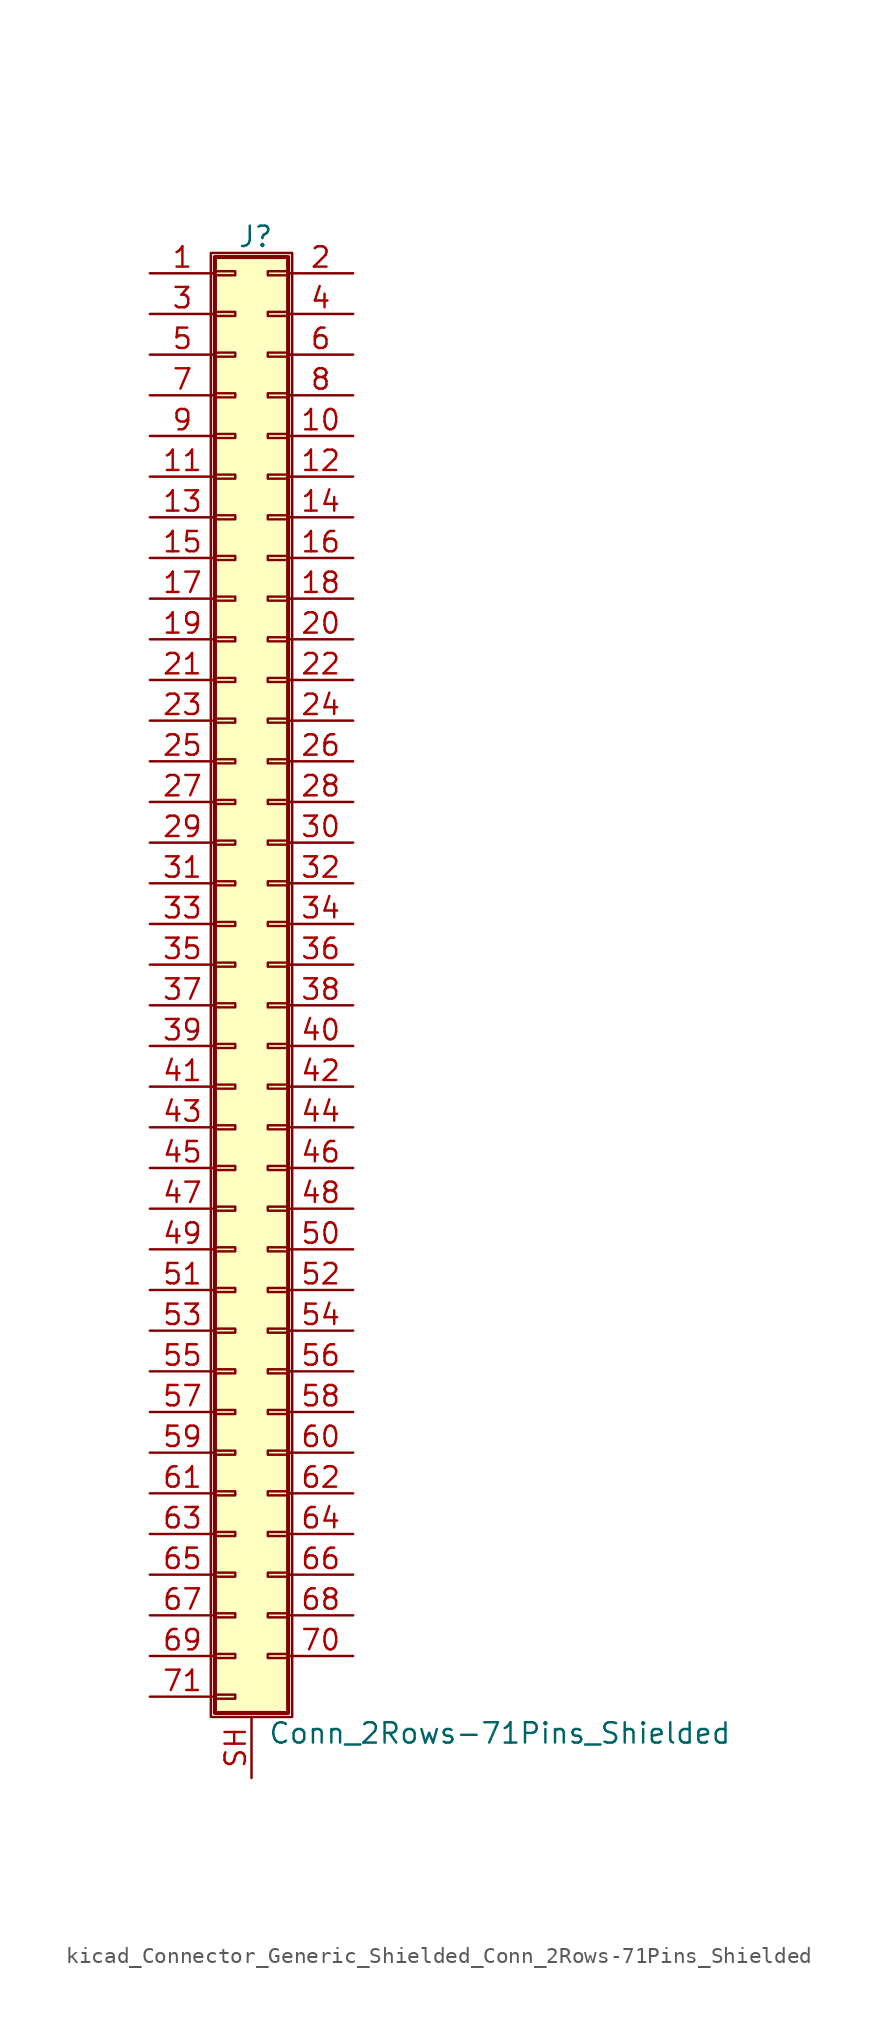
<source format=kicad_sym>
(kicad_symbol_lib
  (version 20220914)
  (generator kicad_symbol_editor)
  (symbol "kicad_Connector_Generic_Shielded_Conn_2Rows-71Pins_Shielded"
    (pin_names
      (offset 1.016) hide)
    (property "Reference" "J"
      (at 1.524 45.466 0)
      (effects (font (size 1.27 1.27))))
    (property "Value" "Conn_2Rows-71Pins_Shielded"
      (at 2.286 -48.006 0)
      (effects (font (size 1.27 1.27)) (justify left)))
    (symbol "kicad_Connector_Generic_Shielded_Conn_2Rows-71Pins_Shielded_1_1"
      (rectangle (start -1.27 44.45) (end 3.81 -46.99) (stroke (width 0.152) (type default)) (fill (type none)))
      (rectangle (start -1.016 -45.593) (end 0.254 -45.847) (stroke (width 0.152) (type default)) (fill (type none)))
      (rectangle (start -1.016 -43.053) (end 0.254 -43.307) (stroke (width 0.152) (type default)) (fill (type none)))
      (rectangle (start -1.016 -40.513) (end 0.254 -40.767) (stroke (width 0.152) (type default)) (fill (type none)))
      (rectangle (start -1.016 -37.973) (end 0.254 -38.227) (stroke (width 0.152) (type default)) (fill (type none)))
      (rectangle (start -1.016 -35.433) (end 0.254 -35.687) (stroke (width 0.152) (type default)) (fill (type none)))
      (rectangle (start -1.016 -32.893) (end 0.254 -33.147) (stroke (width 0.152) (type default)) (fill (type none)))
      (rectangle (start -1.016 -30.353) (end 0.254 -30.607) (stroke (width 0.152) (type default)) (fill (type none)))
      (rectangle (start -1.016 -27.813) (end 0.254 -28.067) (stroke (width 0.152) (type default)) (fill (type none)))
      (rectangle (start -1.016 -25.273) (end 0.254 -25.527) (stroke (width 0.152) (type default)) (fill (type none)))
      (rectangle (start -1.016 -22.733) (end 0.254 -22.987) (stroke (width 0.152) (type default)) (fill (type none)))
      (rectangle (start -1.016 -20.193) (end 0.254 -20.447) (stroke (width 0.152) (type default)) (fill (type none)))
      (rectangle (start -1.016 -17.653) (end 0.254 -17.907) (stroke (width 0.152) (type default)) (fill (type none)))
      (rectangle (start -1.016 -15.113) (end 0.254 -15.367) (stroke (width 0.152) (type default)) (fill (type none)))
      (rectangle (start -1.016 -12.573) (end 0.254 -12.827) (stroke (width 0.152) (type default)) (fill (type none)))
      (rectangle (start -1.016 -10.033) (end 0.254 -10.287) (stroke (width 0.152) (type default)) (fill (type none)))
      (rectangle (start -1.016 -7.493) (end 0.254 -7.747) (stroke (width 0.152) (type default)) (fill (type none)))
      (rectangle (start -1.016 -4.953) (end 0.254 -5.207) (stroke (width 0.152) (type default)) (fill (type none)))
      (rectangle (start -1.016 -2.413) (end 0.254 -2.667) (stroke (width 0.152) (type default)) (fill (type none)))
      (rectangle (start -1.016 0.127) (end 0.254 -0.127) (stroke (width 0.152) (type default)) (fill (type none)))
      (rectangle (start -1.016 2.667) (end 0.254 2.413) (stroke (width 0.152) (type default)) (fill (type none)))
      (rectangle (start -1.016 5.207) (end 0.254 4.953) (stroke (width 0.152) (type default)) (fill (type none)))
      (rectangle (start -1.016 7.747) (end 0.254 7.493) (stroke (width 0.152) (type default)) (fill (type none)))
      (rectangle (start -1.016 10.287) (end 0.254 10.033) (stroke (width 0.152) (type default)) (fill (type none)))
      (rectangle (start -1.016 12.827) (end 0.254 12.573) (stroke (width 0.152) (type default)) (fill (type none)))
      (rectangle (start -1.016 15.367) (end 0.254 15.113) (stroke (width 0.152) (type default)) (fill (type none)))
      (rectangle (start -1.016 17.907) (end 0.254 17.653) (stroke (width 0.152) (type default)) (fill (type none)))
      (rectangle (start -1.016 20.447) (end 0.254 20.193) (stroke (width 0.152) (type default)) (fill (type none)))
      (rectangle (start -1.016 22.987) (end 0.254 22.733) (stroke (width 0.152) (type default)) (fill (type none)))
      (rectangle (start -1.016 25.527) (end 0.254 25.273) (stroke (width 0.152) (type default)) (fill (type none)))
      (rectangle (start -1.016 28.067) (end 0.254 27.813) (stroke (width 0.152) (type default)) (fill (type none)))
      (rectangle (start -1.016 30.607) (end 0.254 30.353) (stroke (width 0.152) (type default)) (fill (type none)))
      (rectangle (start -1.016 33.147) (end 0.254 32.893) (stroke (width 0.152) (type default)) (fill (type none)))
      (rectangle (start -1.016 35.687) (end 0.254 35.433) (stroke (width 0.152) (type default)) (fill (type none)))
      (rectangle (start -1.016 38.227) (end 0.254 37.973) (stroke (width 0.152) (type default)) (fill (type none)))
      (rectangle (start -1.016 40.767) (end 0.254 40.513) (stroke (width 0.152) (type default)) (fill (type none)))
      (rectangle (start -1.016 43.307) (end 0.254 43.053) (stroke (width 0.152) (type default)) (fill (type none)))
      (rectangle (start -1.016 44.196) (end 3.556 -46.736) (stroke (width 0.254) (type default)) (fill (type background)))
      (rectangle (start 3.556 -43.053) (end 2.286 -43.307) (stroke (width 0.152) (type default)) (fill (type none)))
      (rectangle (start 3.556 -40.513) (end 2.286 -40.767) (stroke (width 0.152) (type default)) (fill (type none)))
      (rectangle (start 3.556 -37.973) (end 2.286 -38.227) (stroke (width 0.152) (type default)) (fill (type none)))
      (rectangle (start 3.556 -35.433) (end 2.286 -35.687) (stroke (width 0.152) (type default)) (fill (type none)))
      (rectangle (start 3.556 -32.893) (end 2.286 -33.147) (stroke (width 0.152) (type default)) (fill (type none)))
      (rectangle (start 3.556 -30.353) (end 2.286 -30.607) (stroke (width 0.152) (type default)) (fill (type none)))
      (rectangle (start 3.556 -27.813) (end 2.286 -28.067) (stroke (width 0.152) (type default)) (fill (type none)))
      (rectangle (start 3.556 -25.273) (end 2.286 -25.527) (stroke (width 0.152) (type default)) (fill (type none)))
      (rectangle (start 3.556 -22.733) (end 2.286 -22.987) (stroke (width 0.152) (type default)) (fill (type none)))
      (rectangle (start 3.556 -20.193) (end 2.286 -20.447) (stroke (width 0.152) (type default)) (fill (type none)))
      (rectangle (start 3.556 -17.653) (end 2.286 -17.907) (stroke (width 0.152) (type default)) (fill (type none)))
      (rectangle (start 3.556 -15.113) (end 2.286 -15.367) (stroke (width 0.152) (type default)) (fill (type none)))
      (rectangle (start 3.556 -12.573) (end 2.286 -12.827) (stroke (width 0.152) (type default)) (fill (type none)))
      (rectangle (start 3.556 -10.033) (end 2.286 -10.287) (stroke (width 0.152) (type default)) (fill (type none)))
      (rectangle (start 3.556 -7.493) (end 2.286 -7.747) (stroke (width 0.152) (type default)) (fill (type none)))
      (rectangle (start 3.556 -4.953) (end 2.286 -5.207) (stroke (width 0.152) (type default)) (fill (type none)))
      (rectangle (start 3.556 -2.413) (end 2.286 -2.667) (stroke (width 0.152) (type default)) (fill (type none)))
      (rectangle (start 3.556 0.127) (end 2.286 -0.127) (stroke (width 0.152) (type default)) (fill (type none)))
      (rectangle (start 3.556 2.667) (end 2.286 2.413) (stroke (width 0.152) (type default)) (fill (type none)))
      (rectangle (start 3.556 5.207) (end 2.286 4.953) (stroke (width 0.152) (type default)) (fill (type none)))
      (rectangle (start 3.556 7.747) (end 2.286 7.493) (stroke (width 0.152) (type default)) (fill (type none)))
      (rectangle (start 3.556 10.287) (end 2.286 10.033) (stroke (width 0.152) (type default)) (fill (type none)))
      (rectangle (start 3.556 12.827) (end 2.286 12.573) (stroke (width 0.152) (type default)) (fill (type none)))
      (rectangle (start 3.556 15.367) (end 2.286 15.113) (stroke (width 0.152) (type default)) (fill (type none)))
      (rectangle (start 3.556 17.907) (end 2.286 17.653) (stroke (width 0.152) (type default)) (fill (type none)))
      (rectangle (start 3.556 20.447) (end 2.286 20.193) (stroke (width 0.152) (type default)) (fill (type none)))
      (rectangle (start 3.556 22.987) (end 2.286 22.733) (stroke (width 0.152) (type default)) (fill (type none)))
      (rectangle (start 3.556 25.527) (end 2.286 25.273) (stroke (width 0.152) (type default)) (fill (type none)))
      (rectangle (start 3.556 28.067) (end 2.286 27.813) (stroke (width 0.152) (type default)) (fill (type none)))
      (rectangle (start 3.556 30.607) (end 2.286 30.353) (stroke (width 0.152) (type default)) (fill (type none)))
      (rectangle (start 3.556 33.147) (end 2.286 32.893) (stroke (width 0.152) (type default)) (fill (type none)))
      (rectangle (start 3.556 35.687) (end 2.286 35.433) (stroke (width 0.152) (type default)) (fill (type none)))
      (rectangle (start 3.556 38.227) (end 2.286 37.973) (stroke (width 0.152) (type default)) (fill (type none)))
      (rectangle (start 3.556 40.767) (end 2.286 40.513) (stroke (width 0.152) (type default)) (fill (type none)))
      (rectangle (start 3.556 43.307) (end 2.286 43.053) (stroke (width 0.152) (type default)) (fill (type none)))
      (pin passive line (at -5.08 43.18 0) (length 4.064) (name "Pin_1" (effects (font (size 1.27 1.27)))) (number "1" (effects (font (size 1.27 1.27)))))
      (pin passive line (at 7.62 33.02 180) (length 4.064) (name "Pin_10" (effects (font (size 1.27 1.27)))) (number "10" (effects (font (size 1.27 1.27)))))
      (pin passive line (at -5.08 30.48 0) (length 4.064) (name "Pin_11" (effects (font (size 1.27 1.27)))) (number "11" (effects (font (size 1.27 1.27)))))
      (pin passive line (at 7.62 30.48 180) (length 4.064) (name "Pin_12" (effects (font (size 1.27 1.27)))) (number "12" (effects (font (size 1.27 1.27)))))
      (pin passive line (at -5.08 27.94 0) (length 4.064) (name "Pin_13" (effects (font (size 1.27 1.27)))) (number "13" (effects (font (size 1.27 1.27)))))
      (pin passive line (at 7.62 27.94 180) (length 4.064) (name "Pin_14" (effects (font (size 1.27 1.27)))) (number "14" (effects (font (size 1.27 1.27)))))
      (pin passive line (at -5.08 25.4 0) (length 4.064) (name "Pin_15" (effects (font (size 1.27 1.27)))) (number "15" (effects (font (size 1.27 1.27)))))
      (pin passive line (at 7.62 25.4 180) (length 4.064) (name "Pin_16" (effects (font (size 1.27 1.27)))) (number "16" (effects (font (size 1.27 1.27)))))
      (pin passive line (at -5.08 22.86 0) (length 4.064) (name "Pin_17" (effects (font (size 1.27 1.27)))) (number "17" (effects (font (size 1.27 1.27)))))
      (pin passive line (at 7.62 22.86 180) (length 4.064) (name "Pin_18" (effects (font (size 1.27 1.27)))) (number "18" (effects (font (size 1.27 1.27)))))
      (pin passive line (at -5.08 20.32 0) (length 4.064) (name "Pin_19" (effects (font (size 1.27 1.27)))) (number "19" (effects (font (size 1.27 1.27)))))
      (pin passive line (at 7.62 43.18 180) (length 4.064) (name "Pin_2" (effects (font (size 1.27 1.27)))) (number "2" (effects (font (size 1.27 1.27)))))
      (pin passive line (at 7.62 20.32 180) (length 4.064) (name "Pin_20" (effects (font (size 1.27 1.27)))) (number "20" (effects (font (size 1.27 1.27)))))
      (pin passive line (at -5.08 17.78 0) (length 4.064) (name "Pin_21" (effects (font (size 1.27 1.27)))) (number "21" (effects (font (size 1.27 1.27)))))
      (pin passive line (at 7.62 17.78 180) (length 4.064) (name "Pin_22" (effects (font (size 1.27 1.27)))) (number "22" (effects (font (size 1.27 1.27)))))
      (pin passive line (at -5.08 15.24 0) (length 4.064) (name "Pin_23" (effects (font (size 1.27 1.27)))) (number "23" (effects (font (size 1.27 1.27)))))
      (pin passive line (at 7.62 15.24 180) (length 4.064) (name "Pin_24" (effects (font (size 1.27 1.27)))) (number "24" (effects (font (size 1.27 1.27)))))
      (pin passive line (at -5.08 12.7 0) (length 4.064) (name "Pin_25" (effects (font (size 1.27 1.27)))) (number "25" (effects (font (size 1.27 1.27)))))
      (pin passive line (at 7.62 12.7 180) (length 4.064) (name "Pin_26" (effects (font (size 1.27 1.27)))) (number "26" (effects (font (size 1.27 1.27)))))
      (pin passive line (at -5.08 10.16 0) (length 4.064) (name "Pin_27" (effects (font (size 1.27 1.27)))) (number "27" (effects (font (size 1.27 1.27)))))
      (pin passive line (at 7.62 10.16 180) (length 4.064) (name "Pin_28" (effects (font (size 1.27 1.27)))) (number "28" (effects (font (size 1.27 1.27)))))
      (pin passive line (at -5.08 7.62 0) (length 4.064) (name "Pin_29" (effects (font (size 1.27 1.27)))) (number "29" (effects (font (size 1.27 1.27)))))
      (pin passive line (at -5.08 40.64 0) (length 4.064) (name "Pin_3" (effects (font (size 1.27 1.27)))) (number "3" (effects (font (size 1.27 1.27)))))
      (pin passive line (at 7.62 7.62 180) (length 4.064) (name "Pin_30" (effects (font (size 1.27 1.27)))) (number "30" (effects (font (size 1.27 1.27)))))
      (pin passive line (at -5.08 5.08 0) (length 4.064) (name "Pin_31" (effects (font (size 1.27 1.27)))) (number "31" (effects (font (size 1.27 1.27)))))
      (pin passive line (at 7.62 5.08 180) (length 4.064) (name "Pin_32" (effects (font (size 1.27 1.27)))) (number "32" (effects (font (size 1.27 1.27)))))
      (pin passive line (at -5.08 2.54 0) (length 4.064) (name "Pin_33" (effects (font (size 1.27 1.27)))) (number "33" (effects (font (size 1.27 1.27)))))
      (pin passive line (at 7.62 2.54 180) (length 4.064) (name "Pin_34" (effects (font (size 1.27 1.27)))) (number "34" (effects (font (size 1.27 1.27)))))
      (pin passive line (at -5.08 0 0) (length 4.064) (name "Pin_35" (effects (font (size 1.27 1.27)))) (number "35" (effects (font (size 1.27 1.27)))))
      (pin passive line (at 7.62 0 180) (length 4.064) (name "Pin_36" (effects (font (size 1.27 1.27)))) (number "36" (effects (font (size 1.27 1.27)))))
      (pin passive line (at -5.08 -2.54 0) (length 4.064) (name "Pin_37" (effects (font (size 1.27 1.27)))) (number "37" (effects (font (size 1.27 1.27)))))
      (pin passive line (at 7.62 -2.54 180) (length 4.064) (name "Pin_38" (effects (font (size 1.27 1.27)))) (number "38" (effects (font (size 1.27 1.27)))))
      (pin passive line (at -5.08 -5.08 0) (length 4.064) (name "Pin_39" (effects (font (size 1.27 1.27)))) (number "39" (effects (font (size 1.27 1.27)))))
      (pin passive line (at 7.62 40.64 180) (length 4.064) (name "Pin_4" (effects (font (size 1.27 1.27)))) (number "4" (effects (font (size 1.27 1.27)))))
      (pin passive line (at 7.62 -5.08 180) (length 4.064) (name "Pin_40" (effects (font (size 1.27 1.27)))) (number "40" (effects (font (size 1.27 1.27)))))
      (pin passive line (at -5.08 -7.62 0) (length 4.064) (name "Pin_41" (effects (font (size 1.27 1.27)))) (number "41" (effects (font (size 1.27 1.27)))))
      (pin passive line (at 7.62 -7.62 180) (length 4.064) (name "Pin_42" (effects (font (size 1.27 1.27)))) (number "42" (effects (font (size 1.27 1.27)))))
      (pin passive line (at -5.08 -10.16 0) (length 4.064) (name "Pin_43" (effects (font (size 1.27 1.27)))) (number "43" (effects (font (size 1.27 1.27)))))
      (pin passive line (at 7.62 -10.16 180) (length 4.064) (name "Pin_44" (effects (font (size 1.27 1.27)))) (number "44" (effects (font (size 1.27 1.27)))))
      (pin passive line (at -5.08 -12.7 0) (length 4.064) (name "Pin_45" (effects (font (size 1.27 1.27)))) (number "45" (effects (font (size 1.27 1.27)))))
      (pin passive line (at 7.62 -12.7 180) (length 4.064) (name "Pin_46" (effects (font (size 1.27 1.27)))) (number "46" (effects (font (size 1.27 1.27)))))
      (pin passive line (at -5.08 -15.24 0) (length 4.064) (name "Pin_47" (effects (font (size 1.27 1.27)))) (number "47" (effects (font (size 1.27 1.27)))))
      (pin passive line (at 7.62 -15.24 180) (length 4.064) (name "Pin_48" (effects (font (size 1.27 1.27)))) (number "48" (effects (font (size 1.27 1.27)))))
      (pin passive line (at -5.08 -17.78 0) (length 4.064) (name "Pin_49" (effects (font (size 1.27 1.27)))) (number "49" (effects (font (size 1.27 1.27)))))
      (pin passive line (at -5.08 38.1 0) (length 4.064) (name "Pin_5" (effects (font (size 1.27 1.27)))) (number "5" (effects (font (size 1.27 1.27)))))
      (pin passive line (at 7.62 -17.78 180) (length 4.064) (name "Pin_50" (effects (font (size 1.27 1.27)))) (number "50" (effects (font (size 1.27 1.27)))))
      (pin passive line (at -5.08 -20.32 0) (length 4.064) (name "Pin_51" (effects (font (size 1.27 1.27)))) (number "51" (effects (font (size 1.27 1.27)))))
      (pin passive line (at 7.62 -20.32 180) (length 4.064) (name "Pin_52" (effects (font (size 1.27 1.27)))) (number "52" (effects (font (size 1.27 1.27)))))
      (pin passive line (at -5.08 -22.86 0) (length 4.064) (name "Pin_53" (effects (font (size 1.27 1.27)))) (number "53" (effects (font (size 1.27 1.27)))))
      (pin passive line (at 7.62 -22.86 180) (length 4.064) (name "Pin_54" (effects (font (size 1.27 1.27)))) (number "54" (effects (font (size 1.27 1.27)))))
      (pin passive line (at -5.08 -25.4 0) (length 4.064) (name "Pin_55" (effects (font (size 1.27 1.27)))) (number "55" (effects (font (size 1.27 1.27)))))
      (pin passive line (at 7.62 -25.4 180) (length 4.064) (name "Pin_56" (effects (font (size 1.27 1.27)))) (number "56" (effects (font (size 1.27 1.27)))))
      (pin passive line (at -5.08 -27.94 0) (length 4.064) (name "Pin_57" (effects (font (size 1.27 1.27)))) (number "57" (effects (font (size 1.27 1.27)))))
      (pin passive line (at 7.62 -27.94 180) (length 4.064) (name "Pin_58" (effects (font (size 1.27 1.27)))) (number "58" (effects (font (size 1.27 1.27)))))
      (pin passive line (at -5.08 -30.48 0) (length 4.064) (name "Pin_59" (effects (font (size 1.27 1.27)))) (number "59" (effects (font (size 1.27 1.27)))))
      (pin passive line (at 7.62 38.1 180) (length 4.064) (name "Pin_6" (effects (font (size 1.27 1.27)))) (number "6" (effects (font (size 1.27 1.27)))))
      (pin passive line (at 7.62 -30.48 180) (length 4.064) (name "Pin_60" (effects (font (size 1.27 1.27)))) (number "60" (effects (font (size 1.27 1.27)))))
      (pin passive line (at -5.08 -33.02 0) (length 4.064) (name "Pin_61" (effects (font (size 1.27 1.27)))) (number "61" (effects (font (size 1.27 1.27)))))
      (pin passive line (at 7.62 -33.02 180) (length 4.064) (name "Pin_62" (effects (font (size 1.27 1.27)))) (number "62" (effects (font (size 1.27 1.27)))))
      (pin passive line (at -5.08 -35.56 0) (length 4.064) (name "Pin_63" (effects (font (size 1.27 1.27)))) (number "63" (effects (font (size 1.27 1.27)))))
      (pin passive line (at 7.62 -35.56 180) (length 4.064) (name "Pin_64" (effects (font (size 1.27 1.27)))) (number "64" (effects (font (size 1.27 1.27)))))
      (pin passive line (at -5.08 -38.1 0) (length 4.064) (name "Pin_65" (effects (font (size 1.27 1.27)))) (number "65" (effects (font (size 1.27 1.27)))))
      (pin passive line (at 7.62 -38.1 180) (length 4.064) (name "Pin_66" (effects (font (size 1.27 1.27)))) (number "66" (effects (font (size 1.27 1.27)))))
      (pin passive line (at -5.08 -40.64 0) (length 4.064) (name "Pin_67" (effects (font (size 1.27 1.27)))) (number "67" (effects (font (size 1.27 1.27)))))
      (pin passive line (at 7.62 -40.64 180) (length 4.064) (name "Pin_68" (effects (font (size 1.27 1.27)))) (number "68" (effects (font (size 1.27 1.27)))))
      (pin passive line (at -5.08 -43.18 0) (length 4.064) (name "Pin_69" (effects (font (size 1.27 1.27)))) (number "69" (effects (font (size 1.27 1.27)))))
      (pin passive line (at -5.08 35.56 0) (length 4.064) (name "Pin_7" (effects (font (size 1.27 1.27)))) (number "7" (effects (font (size 1.27 1.27)))))
      (pin passive line (at 7.62 -43.18 180) (length 4.064) (name "Pin_70" (effects (font (size 1.27 1.27)))) (number "70" (effects (font (size 1.27 1.27)))))
      (pin passive line (at -5.08 -45.72 0) (length 4.064) (name "Pin_71" (effects (font (size 1.27 1.27)))) (number "71" (effects (font (size 1.27 1.27)))))
      (pin passive line (at 7.62 35.56 180) (length 4.064) (name "Pin_8" (effects (font (size 1.27 1.27)))) (number "8" (effects (font (size 1.27 1.27)))))
      (pin passive line (at -5.08 33.02 0) (length 4.064) (name "Pin_9" (effects (font (size 1.27 1.27)))) (number "9" (effects (font (size 1.27 1.27)))))
      (pin passive line (at 1.27 -50.8 90) (length 3.81) (name "Shield" (effects (font (size 1.27 1.27)))) (number "SH" (effects (font (size 1.27 1.27))))))))
</source>
